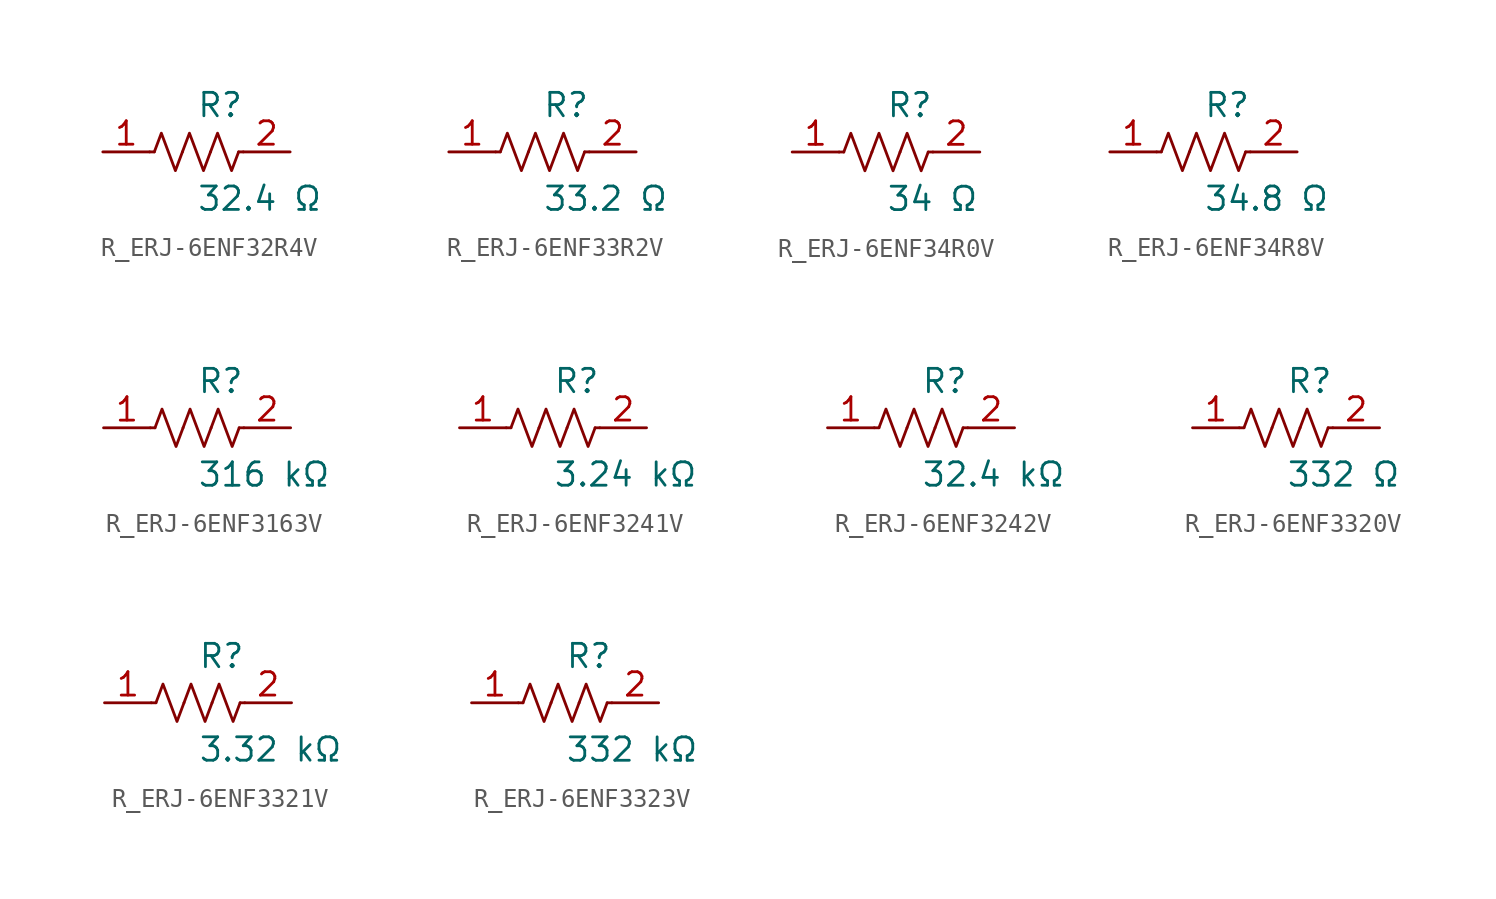
<source format=kicad_sym>
(kicad_symbol_lib
  (version 20231120)
  (generator kicad_symbol_editor)
  (generator_version 8.0)
  (symbol "R_ERJ-6ENF32R4V"
    (pin_names
      (offset 0.254))
    (property "Reference" "R"
      (at 0.0 2.54 0)
      (effects (font (size 1.27 1.27)) (justify left)))
    (property "Value" "32.4 Ω"
      (at 0.0 -2.54 0)
      (effects (font (size 1.27 1.27)) (justify left)))
    (symbol "R_ERJ-6ENF32R4V_0_1"
      (polyline (pts (xy 2.286 0) (xy 2.54 0)) (stroke (width 0) (type default)) (fill (type none)))
      (polyline (pts (xy -2.286 0) (xy -2.54 0)) (stroke (width 0) (type default)) (fill (type none)))
      (polyline (pts (xy 0.762 0) (xy 1.143 1.016) (xy 1.524 0) (xy 1.905 -1.016) (xy 2.286 0)) (stroke (width 0) (type default)) (fill (type none)))
      (polyline (pts (xy -0.762 0) (xy -0.381 1.016) (xy 0 0) (xy 0.381 -1.016) (xy 0.762 0)) (stroke (width 0) (type default)) (fill (type none)))
      (polyline (pts (xy -2.286 0) (xy -1.905 1.016) (xy -1.524 0) (xy -1.143 -1.016) (xy -0.762 0)) (stroke (width 0) (type default)) (fill (type none))))
    (pin unspecified line
      (at -5.08 0 0)
      (length 2.54)
      (name "" (effects (font (size 1.27 1.27))))
      (number "1" (effects (font (size 1.27 1.27)))))
    (pin unspecified line
      (at 5.08 0 180)
      (length 2.54)
      (name "" (effects (font (size 1.27 1.27))))
      (number "2" (effects (font (size 1.27 1.27))))))
  (symbol "R_ERJ-6ENF33R2V"
    (pin_names
      (offset 0.254))
    (property "Reference" "R"
      (at 0.0 2.54 0)
      (effects (font (size 1.27 1.27)) (justify left)))
    (property "Value" "33.2 Ω"
      (at 0.0 -2.54 0)
      (effects (font (size 1.27 1.27)) (justify left)))
    (symbol "R_ERJ-6ENF33R2V_0_1"
      (polyline (pts (xy 2.286 0) (xy 2.54 0)) (stroke (width 0) (type default)) (fill (type none)))
      (polyline (pts (xy -2.286 0) (xy -2.54 0)) (stroke (width 0) (type default)) (fill (type none)))
      (polyline (pts (xy 0.762 0) (xy 1.143 1.016) (xy 1.524 0) (xy 1.905 -1.016) (xy 2.286 0)) (stroke (width 0) (type default)) (fill (type none)))
      (polyline (pts (xy -0.762 0) (xy -0.381 1.016) (xy 0 0) (xy 0.381 -1.016) (xy 0.762 0)) (stroke (width 0) (type default)) (fill (type none)))
      (polyline (pts (xy -2.286 0) (xy -1.905 1.016) (xy -1.524 0) (xy -1.143 -1.016) (xy -0.762 0)) (stroke (width 0) (type default)) (fill (type none))))
    (pin unspecified line
      (at -5.08 0 0)
      (length 2.54)
      (name "" (effects (font (size 1.27 1.27))))
      (number "1" (effects (font (size 1.27 1.27)))))
    (pin unspecified line
      (at 5.08 0 180)
      (length 2.54)
      (name "" (effects (font (size 1.27 1.27))))
      (number "2" (effects (font (size 1.27 1.27))))))
  (symbol "R_ERJ-6ENF34R0V"
    (pin_names
      (offset 0.254))
    (property "Reference" "R"
      (at 0.0 2.54 0)
      (effects (font (size 1.27 1.27)) (justify left)))
    (property "Value" "34 Ω"
      (at 0.0 -2.54 0)
      (effects (font (size 1.27 1.27)) (justify left)))
    (symbol "R_ERJ-6ENF34R0V_0_1"
      (polyline (pts (xy 2.286 0) (xy 2.54 0)) (stroke (width 0) (type default)) (fill (type none)))
      (polyline (pts (xy -2.286 0) (xy -2.54 0)) (stroke (width 0) (type default)) (fill (type none)))
      (polyline (pts (xy 0.762 0) (xy 1.143 1.016) (xy 1.524 0) (xy 1.905 -1.016) (xy 2.286 0)) (stroke (width 0) (type default)) (fill (type none)))
      (polyline (pts (xy -0.762 0) (xy -0.381 1.016) (xy 0 0) (xy 0.381 -1.016) (xy 0.762 0)) (stroke (width 0) (type default)) (fill (type none)))
      (polyline (pts (xy -2.286 0) (xy -1.905 1.016) (xy -1.524 0) (xy -1.143 -1.016) (xy -0.762 0)) (stroke (width 0) (type default)) (fill (type none))))
    (pin unspecified line
      (at -5.08 0 0)
      (length 2.54)
      (name "" (effects (font (size 1.27 1.27))))
      (number "1" (effects (font (size 1.27 1.27)))))
    (pin unspecified line
      (at 5.08 0 180)
      (length 2.54)
      (name "" (effects (font (size 1.27 1.27))))
      (number "2" (effects (font (size 1.27 1.27))))))
  (symbol "R_ERJ-6ENF34R8V"
    (pin_names
      (offset 0.254))
    (property "Reference" "R"
      (at 0.0 2.54 0)
      (effects (font (size 1.27 1.27)) (justify left)))
    (property "Value" "34.8 Ω"
      (at 0.0 -2.54 0)
      (effects (font (size 1.27 1.27)) (justify left)))
    (symbol "R_ERJ-6ENF34R8V_0_1"
      (polyline (pts (xy 2.286 0) (xy 2.54 0)) (stroke (width 0) (type default)) (fill (type none)))
      (polyline (pts (xy -2.286 0) (xy -2.54 0)) (stroke (width 0) (type default)) (fill (type none)))
      (polyline (pts (xy 0.762 0) (xy 1.143 1.016) (xy 1.524 0) (xy 1.905 -1.016) (xy 2.286 0)) (stroke (width 0) (type default)) (fill (type none)))
      (polyline (pts (xy -0.762 0) (xy -0.381 1.016) (xy 0 0) (xy 0.381 -1.016) (xy 0.762 0)) (stroke (width 0) (type default)) (fill (type none)))
      (polyline (pts (xy -2.286 0) (xy -1.905 1.016) (xy -1.524 0) (xy -1.143 -1.016) (xy -0.762 0)) (stroke (width 0) (type default)) (fill (type none))))
    (pin unspecified line
      (at -5.08 0 0)
      (length 2.54)
      (name "" (effects (font (size 1.27 1.27))))
      (number "1" (effects (font (size 1.27 1.27)))))
    (pin unspecified line
      (at 5.08 0 180)
      (length 2.54)
      (name "" (effects (font (size 1.27 1.27))))
      (number "2" (effects (font (size 1.27 1.27))))))
  (symbol "R_ERJ-6ENF3163V"
    (pin_names
      (offset 0.254))
    (property "Reference" "R"
      (at 0.0 2.54 0)
      (effects (font (size 1.27 1.27)) (justify left)))
    (property "Value" "316 kΩ"
      (at 0.0 -2.54 0)
      (effects (font (size 1.27 1.27)) (justify left)))
    (symbol "R_ERJ-6ENF3163V_0_1"
      (polyline (pts (xy 2.286 0) (xy 2.54 0)) (stroke (width 0) (type default)) (fill (type none)))
      (polyline (pts (xy -2.286 0) (xy -2.54 0)) (stroke (width 0) (type default)) (fill (type none)))
      (polyline (pts (xy 0.762 0) (xy 1.143 1.016) (xy 1.524 0) (xy 1.905 -1.016) (xy 2.286 0)) (stroke (width 0) (type default)) (fill (type none)))
      (polyline (pts (xy -0.762 0) (xy -0.381 1.016) (xy 0 0) (xy 0.381 -1.016) (xy 0.762 0)) (stroke (width 0) (type default)) (fill (type none)))
      (polyline (pts (xy -2.286 0) (xy -1.905 1.016) (xy -1.524 0) (xy -1.143 -1.016) (xy -0.762 0)) (stroke (width 0) (type default)) (fill (type none))))
    (pin unspecified line
      (at -5.08 0 0)
      (length 2.54)
      (name "" (effects (font (size 1.27 1.27))))
      (number "1" (effects (font (size 1.27 1.27)))))
    (pin unspecified line
      (at 5.08 0 180)
      (length 2.54)
      (name "" (effects (font (size 1.27 1.27))))
      (number "2" (effects (font (size 1.27 1.27))))))
  (symbol "R_ERJ-6ENF3241V"
    (pin_names
      (offset 0.254))
    (property "Reference" "R"
      (at 0.0 2.54 0)
      (effects (font (size 1.27 1.27)) (justify left)))
    (property "Value" "3.24 kΩ"
      (at 0.0 -2.54 0)
      (effects (font (size 1.27 1.27)) (justify left)))
    (symbol "R_ERJ-6ENF3241V_0_1"
      (polyline (pts (xy 2.286 0) (xy 2.54 0)) (stroke (width 0) (type default)) (fill (type none)))
      (polyline (pts (xy -2.286 0) (xy -2.54 0)) (stroke (width 0) (type default)) (fill (type none)))
      (polyline (pts (xy 0.762 0) (xy 1.143 1.016) (xy 1.524 0) (xy 1.905 -1.016) (xy 2.286 0)) (stroke (width 0) (type default)) (fill (type none)))
      (polyline (pts (xy -0.762 0) (xy -0.381 1.016) (xy 0 0) (xy 0.381 -1.016) (xy 0.762 0)) (stroke (width 0) (type default)) (fill (type none)))
      (polyline (pts (xy -2.286 0) (xy -1.905 1.016) (xy -1.524 0) (xy -1.143 -1.016) (xy -0.762 0)) (stroke (width 0) (type default)) (fill (type none))))
    (pin unspecified line
      (at -5.08 0 0)
      (length 2.54)
      (name "" (effects (font (size 1.27 1.27))))
      (number "1" (effects (font (size 1.27 1.27)))))
    (pin unspecified line
      (at 5.08 0 180)
      (length 2.54)
      (name "" (effects (font (size 1.27 1.27))))
      (number "2" (effects (font (size 1.27 1.27))))))
  (symbol "R_ERJ-6ENF3242V"
    (pin_names
      (offset 0.254))
    (property "Reference" "R"
      (at 0.0 2.54 0)
      (effects (font (size 1.27 1.27)) (justify left)))
    (property "Value" "32.4 kΩ"
      (at 0.0 -2.54 0)
      (effects (font (size 1.27 1.27)) (justify left)))
    (symbol "R_ERJ-6ENF3242V_0_1"
      (polyline (pts (xy 2.286 0) (xy 2.54 0)) (stroke (width 0) (type default)) (fill (type none)))
      (polyline (pts (xy -2.286 0) (xy -2.54 0)) (stroke (width 0) (type default)) (fill (type none)))
      (polyline (pts (xy 0.762 0) (xy 1.143 1.016) (xy 1.524 0) (xy 1.905 -1.016) (xy 2.286 0)) (stroke (width 0) (type default)) (fill (type none)))
      (polyline (pts (xy -0.762 0) (xy -0.381 1.016) (xy 0 0) (xy 0.381 -1.016) (xy 0.762 0)) (stroke (width 0) (type default)) (fill (type none)))
      (polyline (pts (xy -2.286 0) (xy -1.905 1.016) (xy -1.524 0) (xy -1.143 -1.016) (xy -0.762 0)) (stroke (width 0) (type default)) (fill (type none))))
    (pin unspecified line
      (at -5.08 0 0)
      (length 2.54)
      (name "" (effects (font (size 1.27 1.27))))
      (number "1" (effects (font (size 1.27 1.27)))))
    (pin unspecified line
      (at 5.08 0 180)
      (length 2.54)
      (name "" (effects (font (size 1.27 1.27))))
      (number "2" (effects (font (size 1.27 1.27))))))
  (symbol "R_ERJ-6ENF3320V"
    (pin_names
      (offset 0.254))
    (property "Reference" "R"
      (at 0.0 2.54 0)
      (effects (font (size 1.27 1.27)) (justify left)))
    (property "Value" "332 Ω"
      (at 0.0 -2.54 0)
      (effects (font (size 1.27 1.27)) (justify left)))
    (symbol "R_ERJ-6ENF3320V_0_1"
      (polyline (pts (xy 2.286 0) (xy 2.54 0)) (stroke (width 0) (type default)) (fill (type none)))
      (polyline (pts (xy -2.286 0) (xy -2.54 0)) (stroke (width 0) (type default)) (fill (type none)))
      (polyline (pts (xy 0.762 0) (xy 1.143 1.016) (xy 1.524 0) (xy 1.905 -1.016) (xy 2.286 0)) (stroke (width 0) (type default)) (fill (type none)))
      (polyline (pts (xy -0.762 0) (xy -0.381 1.016) (xy 0 0) (xy 0.381 -1.016) (xy 0.762 0)) (stroke (width 0) (type default)) (fill (type none)))
      (polyline (pts (xy -2.286 0) (xy -1.905 1.016) (xy -1.524 0) (xy -1.143 -1.016) (xy -0.762 0)) (stroke (width 0) (type default)) (fill (type none))))
    (pin unspecified line
      (at -5.08 0 0)
      (length 2.54)
      (name "" (effects (font (size 1.27 1.27))))
      (number "1" (effects (font (size 1.27 1.27)))))
    (pin unspecified line
      (at 5.08 0 180)
      (length 2.54)
      (name "" (effects (font (size 1.27 1.27))))
      (number "2" (effects (font (size 1.27 1.27))))))
  (symbol "R_ERJ-6ENF3321V"
    (pin_names
      (offset 0.254))
    (property "Reference" "R"
      (at 0.0 2.54 0)
      (effects (font (size 1.27 1.27)) (justify left)))
    (property "Value" "3.32 kΩ"
      (at 0.0 -2.54 0)
      (effects (font (size 1.27 1.27)) (justify left)))
    (symbol "R_ERJ-6ENF3321V_0_1"
      (polyline (pts (xy 2.286 0) (xy 2.54 0)) (stroke (width 0) (type default)) (fill (type none)))
      (polyline (pts (xy -2.286 0) (xy -2.54 0)) (stroke (width 0) (type default)) (fill (type none)))
      (polyline (pts (xy 0.762 0) (xy 1.143 1.016) (xy 1.524 0) (xy 1.905 -1.016) (xy 2.286 0)) (stroke (width 0) (type default)) (fill (type none)))
      (polyline (pts (xy -0.762 0) (xy -0.381 1.016) (xy 0 0) (xy 0.381 -1.016) (xy 0.762 0)) (stroke (width 0) (type default)) (fill (type none)))
      (polyline (pts (xy -2.286 0) (xy -1.905 1.016) (xy -1.524 0) (xy -1.143 -1.016) (xy -0.762 0)) (stroke (width 0) (type default)) (fill (type none))))
    (pin unspecified line
      (at -5.08 0 0)
      (length 2.54)
      (name "" (effects (font (size 1.27 1.27))))
      (number "1" (effects (font (size 1.27 1.27)))))
    (pin unspecified line
      (at 5.08 0 180)
      (length 2.54)
      (name "" (effects (font (size 1.27 1.27))))
      (number "2" (effects (font (size 1.27 1.27))))))
  (symbol "R_ERJ-6ENF3323V"
    (pin_names
      (offset 0.254))
    (property "Reference" "R"
      (at 0.0 2.54 0)
      (effects (font (size 1.27 1.27)) (justify left)))
    (property "Value" "332 kΩ"
      (at 0.0 -2.54 0)
      (effects (font (size 1.27 1.27)) (justify left)))
    (symbol "R_ERJ-6ENF3323V_0_1"
      (polyline (pts (xy 2.286 0) (xy 2.54 0)) (stroke (width 0) (type default)) (fill (type none)))
      (polyline (pts (xy -2.286 0) (xy -2.54 0)) (stroke (width 0) (type default)) (fill (type none)))
      (polyline (pts (xy 0.762 0) (xy 1.143 1.016) (xy 1.524 0) (xy 1.905 -1.016) (xy 2.286 0)) (stroke (width 0) (type default)) (fill (type none)))
      (polyline (pts (xy -0.762 0) (xy -0.381 1.016) (xy 0 0) (xy 0.381 -1.016) (xy 0.762 0)) (stroke (width 0) (type default)) (fill (type none)))
      (polyline (pts (xy -2.286 0) (xy -1.905 1.016) (xy -1.524 0) (xy -1.143 -1.016) (xy -0.762 0)) (stroke (width 0) (type default)) (fill (type none))))
    (pin unspecified line
      (at -5.08 0 0)
      (length 2.54)
      (name "" (effects (font (size 1.27 1.27))))
      (number "1" (effects (font (size 1.27 1.27)))))
    (pin unspecified line
      (at 5.08 0 180)
      (length 2.54)
      (name "" (effects (font (size 1.27 1.27))))
      (number "2" (effects (font (size 1.27 1.27)))))))
</source>
